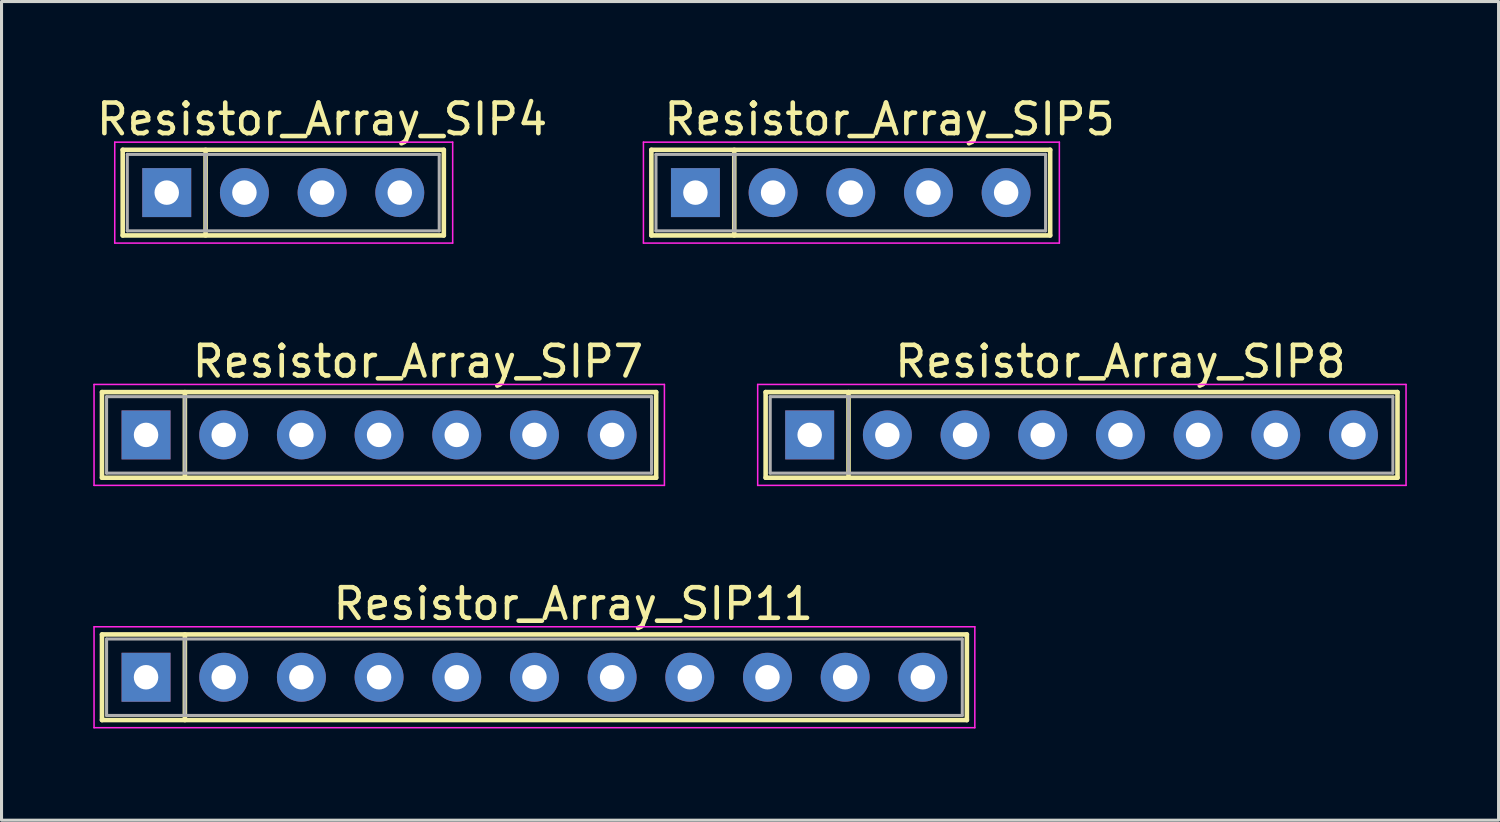
<source format=kicad_pcb>
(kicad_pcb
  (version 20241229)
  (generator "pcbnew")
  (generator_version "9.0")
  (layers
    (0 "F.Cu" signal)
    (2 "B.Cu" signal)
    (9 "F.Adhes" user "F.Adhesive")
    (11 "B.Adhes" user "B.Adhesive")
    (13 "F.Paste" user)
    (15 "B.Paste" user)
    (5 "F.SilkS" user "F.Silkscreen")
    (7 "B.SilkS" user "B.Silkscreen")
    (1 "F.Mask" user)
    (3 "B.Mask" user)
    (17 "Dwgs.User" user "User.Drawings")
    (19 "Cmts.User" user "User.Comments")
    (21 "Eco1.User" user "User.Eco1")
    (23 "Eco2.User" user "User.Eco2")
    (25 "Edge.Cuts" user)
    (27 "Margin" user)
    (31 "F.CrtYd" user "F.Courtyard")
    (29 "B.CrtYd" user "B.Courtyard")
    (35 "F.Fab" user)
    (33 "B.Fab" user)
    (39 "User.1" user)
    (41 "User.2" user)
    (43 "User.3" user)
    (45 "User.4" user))
  (footprint "Resistor_Array_SIP5"
    (layer "F.Cu")
    (at 19.689 3.248)
    (property "Reference" "Resistor_Array_SIP5" (at 6.35 -2.4 0) (layer "F.SilkS") (effects (font (size 1 1) (thickness 0.15))))
    (attr through_hole)
    (fp_line (start -1.44 -1.4) (end -1.44 1.4) (stroke (width 0.15) (type solid)) (layer "F.SilkS"))
    (fp_line (start -1.44 1.4) (end 11.6 1.4) (stroke (width 0.15) (type solid)) (layer "F.SilkS"))
    (fp_line (start 1.27 -1.4) (end 1.27 1.4) (stroke (width 0.15) (type solid)) (layer "F.SilkS"))
    (fp_line (start 11.6 -1.4) (end -1.44 -1.4) (stroke (width 0.15) (type solid)) (layer "F.SilkS"))
    (fp_line (start 11.6 1.4) (end 11.6 -1.4) (stroke (width 0.15) (type solid)) (layer "F.SilkS"))
    (fp_line (start -1.7 -1.65) (end -1.7 1.65) (stroke (width 0.05) (type solid)) (layer "F.CrtYd"))
    (fp_line (start -1.7 1.65) (end 11.9 1.65) (stroke (width 0.05) (type solid)) (layer "F.CrtYd"))
    (fp_line (start 11.9 -1.65) (end -1.7 -1.65) (stroke (width 0.05) (type solid)) (layer "F.CrtYd"))
    (fp_line (start 11.9 1.65) (end 11.9 -1.65) (stroke (width 0.05) (type solid)) (layer "F.CrtYd"))
    (fp_line (start -1.29 -1.25) (end -1.29 1.25) (stroke (width 0.1) (type solid)) (layer "F.Fab"))
    (fp_line (start -1.29 1.25) (end 11.45 1.25) (stroke (width 0.1) (type solid)) (layer "F.Fab"))
    (fp_line (start 1.27 -1.25) (end 1.27 1.25) (stroke (width 0.1) (type solid)) (layer "F.Fab"))
    (fp_line (start 11.45 -1.25) (end -1.29 -1.25) (stroke (width 0.1) (type solid)) (layer "F.Fab"))
    (fp_line (start 11.45 1.25) (end 11.45 -1.25) (stroke (width 0.1) (type solid)) (layer "F.Fab"))
    (pad "1" thru_hole rect (at 0 0) (size 1.6 1.6) (drill 0.8) (layers "*.Cu" "*.Mask"))
    (pad "2" thru_hole oval (at 2.54 0) (size 1.6 1.6) (drill 0.8) (layers "*.Cu" "*.Mask"))
    (pad "3" thru_hole oval (at 5.08 0) (size 1.6 1.6) (drill 0.8) (layers "*.Cu" "*.Mask"))
    (pad "4" thru_hole oval (at 7.62 0) (size 1.6 1.6) (drill 0.8) (layers "*.Cu" "*.Mask"))
    (pad "5" thru_hole oval (at 10.16 0) (size 1.6 1.6) (drill 0.8) (layers "*.Cu" "*.Mask")))
  (footprint "Resistor_Array_SIP4"
    (layer "F.Cu")
    (at 2.402 3.248)
    (property "Reference" "Resistor_Array_SIP4" (at 5.08 -2.4 0) (layer "F.SilkS") (effects (font (size 1 1) (thickness 0.15))))
    (attr through_hole)
    (fp_line (start -1.44 -1.4) (end -1.44 1.4) (stroke (width 0.15) (type solid)) (layer "F.SilkS"))
    (fp_line (start -1.44 1.4) (end 9.06 1.4) (stroke (width 0.15) (type solid)) (layer "F.SilkS"))
    (fp_line (start 1.27 -1.4) (end 1.27 1.4) (stroke (width 0.15) (type solid)) (layer "F.SilkS"))
    (fp_line (start 9.06 -1.4) (end -1.44 -1.4) (stroke (width 0.15) (type solid)) (layer "F.SilkS"))
    (fp_line (start 9.06 1.4) (end 9.06 -1.4) (stroke (width 0.15) (type solid)) (layer "F.SilkS"))
    (fp_line (start -1.7 -1.65) (end -1.7 1.65) (stroke (width 0.05) (type solid)) (layer "F.CrtYd"))
    (fp_line (start -1.7 1.65) (end 9.35 1.65) (stroke (width 0.05) (type solid)) (layer "F.CrtYd"))
    (fp_line (start 9.35 -1.65) (end -1.7 -1.65) (stroke (width 0.05) (type solid)) (layer "F.CrtYd"))
    (fp_line (start 9.35 1.65) (end 9.35 -1.65) (stroke (width 0.05) (type solid)) (layer "F.CrtYd"))
    (fp_line (start -1.29 -1.25) (end -1.29 1.25) (stroke (width 0.1) (type solid)) (layer "F.Fab"))
    (fp_line (start -1.29 1.25) (end 8.91 1.25) (stroke (width 0.1) (type solid)) (layer "F.Fab"))
    (fp_line (start 1.27 -1.25) (end 1.27 1.25) (stroke (width 0.1) (type solid)) (layer "F.Fab"))
    (fp_line (start 8.91 -1.25) (end -1.29 -1.25) (stroke (width 0.1) (type solid)) (layer "F.Fab"))
    (fp_line (start 8.91 1.25) (end 8.91 -1.25) (stroke (width 0.1) (type solid)) (layer "F.Fab"))
    (pad "1" thru_hole rect (at 0 0) (size 1.6 1.6) (drill 0.8) (layers "*.Cu" "*.Mask"))
    (pad "2" thru_hole oval (at 2.54 0) (size 1.6 1.6) (drill 0.8) (layers "*.Cu" "*.Mask"))
    (pad "3" thru_hole oval (at 5.08 0) (size 1.6 1.6) (drill 0.8) (layers "*.Cu" "*.Mask"))
    (pad "4" thru_hole oval (at 7.62 0) (size 1.6 1.6) (drill 0.8) (layers "*.Cu" "*.Mask")))
  (footprint "Resistor_Array_SIP7"
    (layer "F.Cu")
    (at 1.725 11.171)
    (property "Reference" "Resistor_Array_SIP7" (at 8.89 -2.4 0) (layer "F.SilkS") (effects (font (size 1 1) (thickness 0.15))))
    (attr through_hole)
    (fp_line (start -1.44 -1.4) (end -1.44 1.4) (stroke (width 0.15) (type solid)) (layer "F.SilkS"))
    (fp_line (start -1.44 1.4) (end 16.68 1.4) (stroke (width 0.15) (type solid)) (layer "F.SilkS"))
    (fp_line (start 1.27 -1.4) (end 1.27 1.4) (stroke (width 0.15) (type solid)) (layer "F.SilkS"))
    (fp_line (start 16.68 -1.4) (end -1.44 -1.4) (stroke (width 0.15) (type solid)) (layer "F.SilkS"))
    (fp_line (start 16.68 1.4) (end 16.68 -1.4) (stroke (width 0.15) (type solid)) (layer "F.SilkS"))
    (fp_line (start -1.7 -1.65) (end -1.7 1.65) (stroke (width 0.05) (type solid)) (layer "F.CrtYd"))
    (fp_line (start -1.7 1.65) (end 16.95 1.65) (stroke (width 0.05) (type solid)) (layer "F.CrtYd"))
    (fp_line (start 16.95 -1.65) (end -1.7 -1.65) (stroke (width 0.05) (type solid)) (layer "F.CrtYd"))
    (fp_line (start 16.95 1.65) (end 16.95 -1.65) (stroke (width 0.05) (type solid)) (layer "F.CrtYd"))
    (fp_line (start -1.29 -1.25) (end -1.29 1.25) (stroke (width 0.1) (type solid)) (layer "F.Fab"))
    (fp_line (start -1.29 1.25) (end 16.53 1.25) (stroke (width 0.1) (type solid)) (layer "F.Fab"))
    (fp_line (start 1.27 -1.25) (end 1.27 1.25) (stroke (width 0.1) (type solid)) (layer "F.Fab"))
    (fp_line (start 16.53 -1.25) (end -1.29 -1.25) (stroke (width 0.1) (type solid)) (layer "F.Fab"))
    (fp_line (start 16.53 1.25) (end 16.53 -1.25) (stroke (width 0.1) (type solid)) (layer "F.Fab"))
    (pad "1" thru_hole rect (at 0 0) (size 1.6 1.6) (drill 0.8) (layers "*.Cu" "*.Mask"))
    (pad "2" thru_hole oval (at 2.54 0) (size 1.6 1.6) (drill 0.8) (layers "*.Cu" "*.Mask"))
    (pad "3" thru_hole oval (at 5.08 0) (size 1.6 1.6) (drill 0.8) (layers "*.Cu" "*.Mask"))
    (pad "4" thru_hole oval (at 7.62 0) (size 1.6 1.6) (drill 0.8) (layers "*.Cu" "*.Mask"))
    (pad "5" thru_hole oval (at 10.16 0) (size 1.6 1.6) (drill 0.8) (layers "*.Cu" "*.Mask"))
    (pad "6" thru_hole oval (at 12.7 0) (size 1.6 1.6) (drill 0.8) (layers "*.Cu" "*.Mask"))
    (pad "7" thru_hole oval (at 15.24 0) (size 1.6 1.6) (drill 0.8) (layers "*.Cu" "*.Mask")))
  (footprint "Resistor_Array_SIP11"
    (layer "F.Cu")
    (at 1.725 19.095)
    (property "Reference" "Resistor_Array_SIP11" (at 13.97 -2.4 0) (layer "F.SilkS") (effects (font (size 1 1) (thickness 0.15))))
    (attr through_hole)
    (fp_line (start -1.44 -1.4) (end -1.44 1.4) (stroke (width 0.15) (type solid)) (layer "F.SilkS"))
    (fp_line (start -1.44 1.4) (end 26.84 1.4) (stroke (width 0.15) (type solid)) (layer "F.SilkS"))
    (fp_line (start 1.27 -1.4) (end 1.27 1.4) (stroke (width 0.15) (type solid)) (layer "F.SilkS"))
    (fp_line (start 26.84 -1.4) (end -1.44 -1.4) (stroke (width 0.15) (type solid)) (layer "F.SilkS"))
    (fp_line (start 26.84 1.4) (end 26.84 -1.4) (stroke (width 0.15) (type solid)) (layer "F.SilkS"))
    (fp_line (start -1.7 -1.65) (end -1.7 1.65) (stroke (width 0.05) (type solid)) (layer "F.CrtYd"))
    (fp_line (start -1.7 1.65) (end 27.1 1.65) (stroke (width 0.05) (type solid)) (layer "F.CrtYd"))
    (fp_line (start 27.1 -1.65) (end -1.7 -1.65) (stroke (width 0.05) (type solid)) (layer "F.CrtYd"))
    (fp_line (start 27.1 1.65) (end 27.1 -1.65) (stroke (width 0.05) (type solid)) (layer "F.CrtYd"))
    (fp_line (start -1.29 -1.25) (end -1.29 1.25) (stroke (width 0.1) (type solid)) (layer "F.Fab"))
    (fp_line (start -1.29 1.25) (end 26.69 1.25) (stroke (width 0.1) (type solid)) (layer "F.Fab"))
    (fp_line (start 1.27 -1.25) (end 1.27 1.25) (stroke (width 0.1) (type solid)) (layer "F.Fab"))
    (fp_line (start 26.69 -1.25) (end -1.29 -1.25) (stroke (width 0.1) (type solid)) (layer "F.Fab"))
    (fp_line (start 26.69 1.25) (end 26.69 -1.25) (stroke (width 0.1) (type solid)) (layer "F.Fab"))
    (pad "1" thru_hole rect (at 0 0) (size 1.6 1.6) (drill 0.8) (layers "*.Cu" "*.Mask"))
    (pad "2" thru_hole oval (at 2.54 0) (size 1.6 1.6) (drill 0.8) (layers "*.Cu" "*.Mask"))
    (pad "3" thru_hole oval (at 5.08 0) (size 1.6 1.6) (drill 0.8) (layers "*.Cu" "*.Mask"))
    (pad "4" thru_hole oval (at 7.62 0) (size 1.6 1.6) (drill 0.8) (layers "*.Cu" "*.Mask"))
    (pad "5" thru_hole oval (at 10.16 0) (size 1.6 1.6) (drill 0.8) (layers "*.Cu" "*.Mask"))
    (pad "6" thru_hole oval (at 12.7 0) (size 1.6 1.6) (drill 0.8) (layers "*.Cu" "*.Mask"))
    (pad "7" thru_hole oval (at 15.24 0) (size 1.6 1.6) (drill 0.8) (layers "*.Cu" "*.Mask"))
    (pad "8" thru_hole oval (at 17.78 0) (size 1.6 1.6) (drill 0.8) (layers "*.Cu" "*.Mask"))
    (pad "9" thru_hole oval (at 20.32 0) (size 1.6 1.6) (drill 0.8) (layers "*.Cu" "*.Mask"))
    (pad "10" thru_hole oval (at 22.86 0) (size 1.6 1.6) (drill 0.8) (layers "*.Cu" "*.Mask"))
    (pad "11" thru_hole oval (at 25.4 0) (size 1.6 1.6) (drill 0.8) (layers "*.Cu" "*.Mask")))
  (footprint "Resistor_Array_SIP8"
    (layer "F.Cu")
    (at 23.425 11.171)
    (property "Reference" "Resistor_Array_SIP8" (at 10.16 -2.4 0) (layer "F.SilkS") (effects (font (size 1 1) (thickness 0.15))))
    (attr through_hole)
    (fp_line (start -1.44 -1.4) (end -1.44 1.4) (stroke (width 0.15) (type solid)) (layer "F.SilkS"))
    (fp_line (start -1.44 1.4) (end 19.22 1.4) (stroke (width 0.15) (type solid)) (layer "F.SilkS"))
    (fp_line (start 1.27 -1.4) (end 1.27 1.4) (stroke (width 0.15) (type solid)) (layer "F.SilkS"))
    (fp_line (start 19.22 -1.4) (end -1.44 -1.4) (stroke (width 0.15) (type solid)) (layer "F.SilkS"))
    (fp_line (start 19.22 1.4) (end 19.22 -1.4) (stroke (width 0.15) (type solid)) (layer "F.SilkS"))
    (fp_line (start -1.7 -1.65) (end -1.7 1.65) (stroke (width 0.05) (type solid)) (layer "F.CrtYd"))
    (fp_line (start -1.7 1.65) (end 19.5 1.65) (stroke (width 0.05) (type solid)) (layer "F.CrtYd"))
    (fp_line (start 19.5 -1.65) (end -1.7 -1.65) (stroke (width 0.05) (type solid)) (layer "F.CrtYd"))
    (fp_line (start 19.5 1.65) (end 19.5 -1.65) (stroke (width 0.05) (type solid)) (layer "F.CrtYd"))
    (fp_line (start -1.29 -1.25) (end -1.29 1.25) (stroke (width 0.1) (type solid)) (layer "F.Fab"))
    (fp_line (start -1.29 1.25) (end 19.07 1.25) (stroke (width 0.1) (type solid)) (layer "F.Fab"))
    (fp_line (start 1.27 -1.25) (end 1.27 1.25) (stroke (width 0.1) (type solid)) (layer "F.Fab"))
    (fp_line (start 19.07 -1.25) (end -1.29 -1.25) (stroke (width 0.1) (type solid)) (layer "F.Fab"))
    (fp_line (start 19.07 1.25) (end 19.07 -1.25) (stroke (width 0.1) (type solid)) (layer "F.Fab"))
    (pad "1" thru_hole rect (at 0 0) (size 1.6 1.6) (drill 0.8) (layers "*.Cu" "*.Mask"))
    (pad "2" thru_hole oval (at 2.54 0) (size 1.6 1.6) (drill 0.8) (layers "*.Cu" "*.Mask"))
    (pad "3" thru_hole oval (at 5.08 0) (size 1.6 1.6) (drill 0.8) (layers "*.Cu" "*.Mask"))
    (pad "4" thru_hole oval (at 7.62 0) (size 1.6 1.6) (drill 0.8) (layers "*.Cu" "*.Mask"))
    (pad "5" thru_hole oval (at 10.16 0) (size 1.6 1.6) (drill 0.8) (layers "*.Cu" "*.Mask"))
    (pad "6" thru_hole oval (at 12.7 0) (size 1.6 1.6) (drill 0.8) (layers "*.Cu" "*.Mask"))
    (pad "7" thru_hole oval (at 15.24 0) (size 1.6 1.6) (drill 0.8) (layers "*.Cu" "*.Mask"))
    (pad "8" thru_hole oval (at 17.78 0) (size 1.6 1.6) (drill 0.8) (layers "*.Cu" "*.Mask")))
  (gr_rect
    (start -3 -3)
    (end 45.95 23.77)
    (stroke (width 0.1) (type default))
    (fill no)
    (layer "Edge.Cuts")))
</source>
